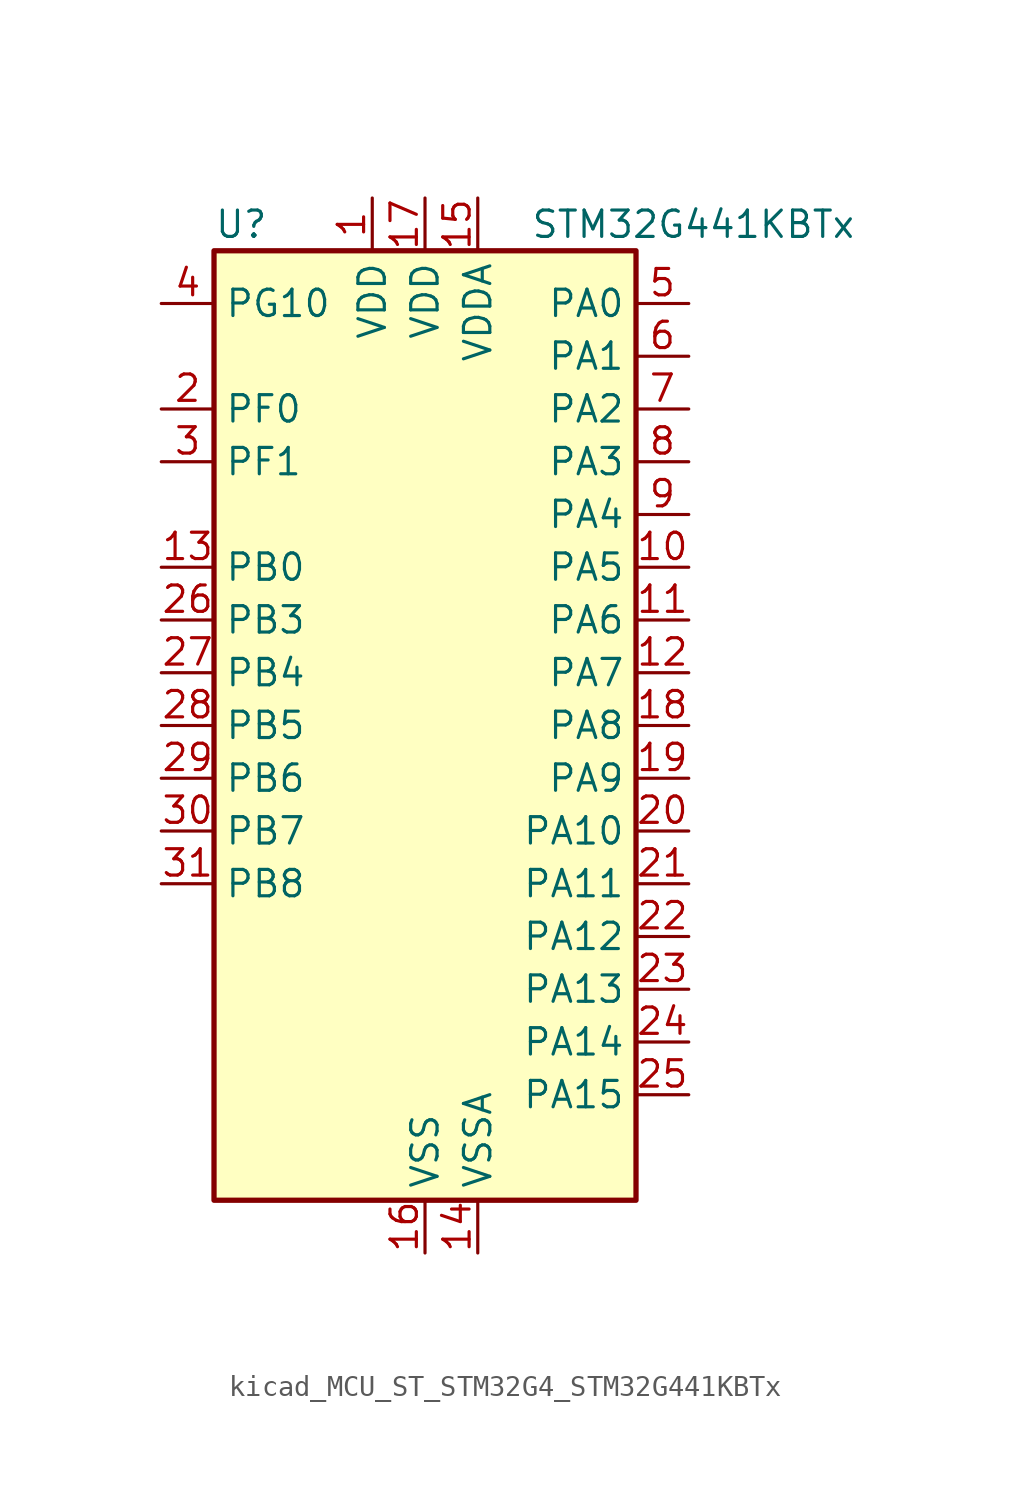
<source format=kicad_sym>
(kicad_symbol_lib
  (version 20220914)
  (generator kicad_symbol_editor)
  (symbol "kicad_MCU_ST_STM32G4_STM32G441KBTx"
    (property "Reference" "U"
      (at -10.16 24.13 0)
      (effects (font (size 1.27 1.27)) (justify left)))
    (property "Value" "STM32G441KBTx"
      (at 5.08 24.13 0)
      (effects (font (size 1.27 1.27)) (justify left)))
    (property "ki_locked" ""
      (at 0 0 0)
      (effects (font (size 1.27 1.27))))
    (symbol "kicad_MCU_ST_STM32G4_STM32G441KBTx_0_1"
      (rectangle (start -10.16 -22.86) (end 10.16 22.86) (stroke (width 0.254) (type default)) (fill (type background))))
    (symbol "kicad_MCU_ST_STM32G4_STM32G441KBTx_1_1"
      (pin power_in line (at -2.54 25.4 270) (length 2.54) (name "VDD" (effects (font (size 1.27 1.27)))) (number "1" (effects (font (size 1.27 1.27)))))
      (pin bidirectional line (at 12.7 7.62 180) (length 2.54) (name "PA5" (effects (font (size 1.27 1.27)))) (number "10" (effects (font (size 1.27 1.27)))) (alternate "ADC2_IN13" bidirectional line) (alternate "COMP2_INM" bidirectional line) (alternate "DAC1_OUT2" bidirectional line) (alternate "OPAMP2_VINM" bidirectional line) (alternate "OPAMP2_VINM0" bidirectional line) (alternate "OPAMP2_VINM_SEC" bidirectional line) (alternate "SPI1_SCK" bidirectional line) (alternate "TIM2_CH1" bidirectional line) (alternate "TIM2_ETR" bidirectional line) (alternate "UCPD1_FRSTX1" bidirectional line) (alternate "UCPD1_FRSTX2" bidirectional line))
      (pin bidirectional line (at 12.7 5.08 180) (length 2.54) (name "PA6" (effects (font (size 1.27 1.27)))) (number "11" (effects (font (size 1.27 1.27)))) (alternate "ADC2_IN3" bidirectional line) (alternate "COMP1_OUT" bidirectional line) (alternate "LPUART1_CTS" bidirectional line) (alternate "OPAMP2_VOUT" bidirectional line) (alternate "SPI1_MISO" bidirectional line) (alternate "TIM16_CH1" bidirectional line) (alternate "TIM1_BKIN" bidirectional line) (alternate "TIM3_CH1" bidirectional line) (alternate "TIM8_BKIN" bidirectional line))
      (pin bidirectional line (at 12.7 2.54 180) (length 2.54) (name "PA7" (effects (font (size 1.27 1.27)))) (number "12" (effects (font (size 1.27 1.27)))) (alternate "ADC2_IN4" bidirectional line) (alternate "COMP2_INP" bidirectional line) (alternate "COMP2_OUT" bidirectional line) (alternate "OPAMP1_VINP" bidirectional line) (alternate "OPAMP1_VINP_SEC" bidirectional line) (alternate "OPAMP2_VINP" bidirectional line) (alternate "OPAMP2_VINP_SEC" bidirectional line) (alternate "SPI1_MOSI" bidirectional line) (alternate "TIM17_CH1" bidirectional line) (alternate "TIM1_CH1N" bidirectional line) (alternate "TIM3_CH2" bidirectional line) (alternate "TIM8_CH1N" bidirectional line) (alternate "UCPD1_FRSTX1" bidirectional line) (alternate "UCPD1_FRSTX2" bidirectional line))
      (pin bidirectional line (at -12.7 7.62 0) (length 2.54) (name "PB0" (effects (font (size 1.27 1.27)))) (number "13" (effects (font (size 1.27 1.27)))) (alternate "ADC1_IN15" bidirectional line) (alternate "COMP4_INP" bidirectional line) (alternate "OPAMP2_VINP" bidirectional line) (alternate "OPAMP2_VINP_SEC" bidirectional line) (alternate "OPAMP3_VINP" bidirectional line) (alternate "OPAMP3_VINP_SEC" bidirectional line) (alternate "TIM1_CH2N" bidirectional line) (alternate "TIM3_CH3" bidirectional line) (alternate "TIM8_CH2N" bidirectional line) (alternate "UCPD1_FRSTX1" bidirectional line) (alternate "UCPD1_FRSTX2" bidirectional line))
      (pin power_in line (at 2.54 -25.4 90) (length 2.54) (name "VSSA" (effects (font (size 1.27 1.27)))) (number "14" (effects (font (size 1.27 1.27)))))
      (pin power_in line (at 2.54 25.4 270) (length 2.54) (name "VDDA" (effects (font (size 1.27 1.27)))) (number "15" (effects (font (size 1.27 1.27)))))
      (pin power_in line (at 0 -25.4 90) (length 2.54) (name "VSS" (effects (font (size 1.27 1.27)))) (number "16" (effects (font (size 1.27 1.27)))))
      (pin power_in line (at 0 25.4 270) (length 2.54) (name "VDD" (effects (font (size 1.27 1.27)))) (number "17" (effects (font (size 1.27 1.27)))))
      (pin bidirectional line (at 12.7 0 180) (length 2.54) (name "PA8" (effects (font (size 1.27 1.27)))) (number "18" (effects (font (size 1.27 1.27)))) (alternate "I2C2_SDA" bidirectional line) (alternate "I2C3_SCL" bidirectional line) (alternate "I2S2_MCK" bidirectional line) (alternate "RCC_MCO" bidirectional line) (alternate "SAI1_CK2" bidirectional line) (alternate "SAI1_SCK_A" bidirectional line) (alternate "TIM1_CH1" bidirectional line) (alternate "TIM4_ETR" bidirectional line) (alternate "USART1_CK" bidirectional line))
      (pin bidirectional line (at 12.7 -2.54 180) (length 2.54) (name "PA9" (effects (font (size 1.27 1.27)))) (number "19" (effects (font (size 1.27 1.27)))) (alternate "DAC1_EXTI9" bidirectional line) (alternate "DAC3_EXTI9" bidirectional line) (alternate "I2C2_SCL" bidirectional line) (alternate "I2C3_SMBA" bidirectional line) (alternate "I2S3_MCK" bidirectional line) (alternate "SAI1_FS_A" bidirectional line) (alternate "TIM15_BKIN" bidirectional line) (alternate "TIM1_CH2" bidirectional line) (alternate "TIM2_CH3" bidirectional line) (alternate "UCPD1_DBCC1" bidirectional line) (alternate "USART1_TX" bidirectional line))
      (pin bidirectional line (at -12.7 15.24 0) (length 2.54) (name "PF0" (effects (font (size 1.27 1.27)))) (number "2" (effects (font (size 1.27 1.27)))) (alternate "ADC1_IN10" bidirectional line) (alternate "I2C2_SDA" bidirectional line) (alternate "I2S2_WS" bidirectional line) (alternate "RCC_OSC_IN" bidirectional line) (alternate "SPI2_NSS" bidirectional line) (alternate "TIM1_CH3N" bidirectional line))
      (pin bidirectional line (at 12.7 -5.08 180) (length 2.54) (name "PA10" (effects (font (size 1.27 1.27)))) (number "20" (effects (font (size 1.27 1.27)))) (alternate "CRS_SYNC" bidirectional line) (alternate "DAC1_EXTI10" bidirectional line) (alternate "DAC3_EXTI10" bidirectional line) (alternate "I2C2_SMBA" bidirectional line) (alternate "SAI1_D1" bidirectional line) (alternate "SAI1_SD_A" bidirectional line) (alternate "SPI2_MISO" bidirectional line) (alternate "TIM17_BKIN" bidirectional line) (alternate "TIM1_CH3" bidirectional line) (alternate "TIM2_CH4" bidirectional line) (alternate "TIM8_BKIN" bidirectional line) (alternate "UCPD1_DBCC2" bidirectional line) (alternate "USART1_RX" bidirectional line))
      (pin bidirectional line (at 12.7 -7.62 180) (length 2.54) (name "PA11" (effects (font (size 1.27 1.27)))) (number "21" (effects (font (size 1.27 1.27)))) (alternate "ADC1_EXTI11" bidirectional line) (alternate "ADC2_EXTI11" bidirectional line) (alternate "COMP1_OUT" bidirectional line) (alternate "FDCAN1_RX" bidirectional line) (alternate "I2S2_SD" bidirectional line) (alternate "SPI2_MOSI" bidirectional line) (alternate "TIM1_BKIN2" bidirectional line) (alternate "TIM1_CH1N" bidirectional line) (alternate "TIM1_CH4" bidirectional line) (alternate "TIM4_CH1" bidirectional line) (alternate "USART1_CTS" bidirectional line) (alternate "USART1_NSS" bidirectional line) (alternate "USB_DM" bidirectional line))
      (pin bidirectional line (at 12.7 -10.16 180) (length 2.54) (name "PA12" (effects (font (size 1.27 1.27)))) (number "22" (effects (font (size 1.27 1.27)))) (alternate "COMP2_OUT" bidirectional line) (alternate "FDCAN1_TX" bidirectional line) (alternate "I2S_CKIN" bidirectional line) (alternate "TIM16_CH1" bidirectional line) (alternate "TIM1_CH2N" bidirectional line) (alternate "TIM1_ETR" bidirectional line) (alternate "TIM4_CH2" bidirectional line) (alternate "USART1_DE" bidirectional line) (alternate "USART1_RTS" bidirectional line) (alternate "USB_DP" bidirectional line))
      (pin bidirectional line (at 12.7 -12.7 180) (length 2.54) (name "PA13" (effects (font (size 1.27 1.27)))) (number "23" (effects (font (size 1.27 1.27)))) (alternate "I2C1_SCL" bidirectional line) (alternate "IR_OUT" bidirectional line) (alternate "SAI1_SD_B" bidirectional line) (alternate "SYS_JTMS-SWDIO" bidirectional line) (alternate "TIM16_CH1N" bidirectional line) (alternate "TIM4_CH3" bidirectional line))
      (pin bidirectional line (at 12.7 -15.24 180) (length 2.54) (name "PA14" (effects (font (size 1.27 1.27)))) (number "24" (effects (font (size 1.27 1.27)))) (alternate "I2C1_SDA" bidirectional line) (alternate "LPTIM1_OUT" bidirectional line) (alternate "SAI1_FS_B" bidirectional line) (alternate "SYS_JTCK-SWCLK" bidirectional line) (alternate "TIM1_BKIN" bidirectional line) (alternate "TIM8_CH2" bidirectional line) (alternate "USART2_TX" bidirectional line))
      (pin bidirectional line (at 12.7 -17.78 180) (length 2.54) (name "PA15" (effects (font (size 1.27 1.27)))) (number "25" (effects (font (size 1.27 1.27)))) (alternate "ADC1_EXTI15" bidirectional line) (alternate "ADC2_EXTI15" bidirectional line) (alternate "I2C1_SCL" bidirectional line) (alternate "I2S3_WS" bidirectional line) (alternate "SPI1_NSS" bidirectional line) (alternate "SPI3_NSS" bidirectional line) (alternate "SYS_JTDI" bidirectional line) (alternate "TIM1_BKIN" bidirectional line) (alternate "TIM2_CH1" bidirectional line) (alternate "TIM2_ETR" bidirectional line) (alternate "TIM8_CH1" bidirectional line) (alternate "USART2_RX" bidirectional line))
      (pin bidirectional line (at -12.7 5.08 0) (length 2.54) (name "PB3" (effects (font (size 1.27 1.27)))) (number "26" (effects (font (size 1.27 1.27)))) (alternate "CRS_SYNC" bidirectional line) (alternate "I2S3_CK" bidirectional line) (alternate "SAI1_SCK_B" bidirectional line) (alternate "SPI1_SCK" bidirectional line) (alternate "SPI3_SCK" bidirectional line) (alternate "SYS_JTDO-SWO" bidirectional line) (alternate "TIM2_CH2" bidirectional line) (alternate "TIM3_ETR" bidirectional line) (alternate "TIM4_ETR" bidirectional line) (alternate "TIM8_CH1N" bidirectional line) (alternate "USART2_TX" bidirectional line))
      (pin bidirectional line (at -12.7 2.54 0) (length 2.54) (name "PB4" (effects (font (size 1.27 1.27)))) (number "27" (effects (font (size 1.27 1.27)))) (alternate "SAI1_MCLK_B" bidirectional line) (alternate "SPI1_MISO" bidirectional line) (alternate "SPI3_MISO" bidirectional line) (alternate "SYS_JTRST" bidirectional line) (alternate "TIM16_CH1" bidirectional line) (alternate "TIM17_BKIN" bidirectional line) (alternate "TIM3_CH1" bidirectional line) (alternate "TIM8_CH2N" bidirectional line) (alternate "UCPD1_CC2" bidirectional line) (alternate "USART2_RX" bidirectional line))
      (pin bidirectional line (at -12.7 0 0) (length 2.54) (name "PB5" (effects (font (size 1.27 1.27)))) (number "28" (effects (font (size 1.27 1.27)))) (alternate "I2C1_SMBA" bidirectional line) (alternate "I2C3_SDA" bidirectional line) (alternate "I2S3_SD" bidirectional line) (alternate "LPTIM1_IN1" bidirectional line) (alternate "SAI1_SD_B" bidirectional line) (alternate "SPI1_MOSI" bidirectional line) (alternate "SPI3_MOSI" bidirectional line) (alternate "TIM16_BKIN" bidirectional line) (alternate "TIM17_CH1" bidirectional line) (alternate "TIM3_CH2" bidirectional line) (alternate "TIM8_CH3N" bidirectional line) (alternate "USART2_CK" bidirectional line))
      (pin bidirectional line (at -12.7 -2.54 0) (length 2.54) (name "PB6" (effects (font (size 1.27 1.27)))) (number "29" (effects (font (size 1.27 1.27)))) (alternate "COMP4_OUT" bidirectional line) (alternate "LPTIM1_ETR" bidirectional line) (alternate "SAI1_FS_B" bidirectional line) (alternate "TIM16_CH1N" bidirectional line) (alternate "TIM4_CH1" bidirectional line) (alternate "TIM8_BKIN2" bidirectional line) (alternate "TIM8_CH1" bidirectional line) (alternate "TIM8_ETR" bidirectional line) (alternate "UCPD1_CC1" bidirectional line) (alternate "USART1_TX" bidirectional line))
      (pin bidirectional line (at -12.7 12.7 0) (length 2.54) (name "PF1" (effects (font (size 1.27 1.27)))) (number "3" (effects (font (size 1.27 1.27)))) (alternate "ADC2_IN10" bidirectional line) (alternate "COMP3_INM" bidirectional line) (alternate "I2S2_CK" bidirectional line) (alternate "RCC_OSC_OUT" bidirectional line) (alternate "SPI2_SCK" bidirectional line))
      (pin bidirectional line (at -12.7 -5.08 0) (length 2.54) (name "PB7" (effects (font (size 1.27 1.27)))) (number "30" (effects (font (size 1.27 1.27)))) (alternate "COMP3_OUT" bidirectional line) (alternate "I2C1_SDA" bidirectional line) (alternate "LPTIM1_IN2" bidirectional line) (alternate "SYS_PVD_IN" bidirectional line) (alternate "TIM17_CH1N" bidirectional line) (alternate "TIM3_CH4" bidirectional line) (alternate "TIM4_CH2" bidirectional line) (alternate "TIM8_BKIN" bidirectional line) (alternate "USART1_RX" bidirectional line))
      (pin bidirectional line (at -12.7 -7.62 0) (length 2.54) (name "PB8" (effects (font (size 1.27 1.27)))) (number "31" (effects (font (size 1.27 1.27)))) (alternate "COMP1_OUT" bidirectional line) (alternate "FDCAN1_RX" bidirectional line) (alternate "I2C1_SCL" bidirectional line) (alternate "SAI1_CK1" bidirectional line) (alternate "SAI1_MCLK_A" bidirectional line) (alternate "TIM16_CH1" bidirectional line) (alternate "TIM1_BKIN" bidirectional line) (alternate "TIM4_CH3" bidirectional line) (alternate "TIM8_CH2" bidirectional line))
      (pin passive line (at 0 -25.4 90) (length 2.54) hide (name "VSS" (effects (font (size 1.27 1.27)))) (number "32" (effects (font (size 1.27 1.27)))))
      (pin bidirectional line (at -12.7 20.32 0) (length 2.54) (name "PG10" (effects (font (size 1.27 1.27)))) (number "4" (effects (font (size 1.27 1.27)))) (alternate "DAC1_EXTI10" bidirectional line) (alternate "DAC3_EXTI10" bidirectional line) (alternate "RCC_MCO" bidirectional line))
      (pin bidirectional line (at 12.7 20.32 180) (length 2.54) (name "PA0" (effects (font (size 1.27 1.27)))) (number "5" (effects (font (size 1.27 1.27)))) (alternate "ADC1_IN1" bidirectional line) (alternate "ADC2_IN1" bidirectional line) (alternate "COMP1_INM" bidirectional line) (alternate "COMP1_OUT" bidirectional line) (alternate "COMP3_INP" bidirectional line) (alternate "RTC_TAMP2" bidirectional line) (alternate "SYS_WKUP1" bidirectional line) (alternate "TIM2_CH1" bidirectional line) (alternate "TIM2_ETR" bidirectional line) (alternate "TIM8_BKIN" bidirectional line) (alternate "TIM8_ETR" bidirectional line) (alternate "USART2_CTS" bidirectional line) (alternate "USART2_NSS" bidirectional line))
      (pin bidirectional line (at 12.7 17.78 180) (length 2.54) (name "PA1" (effects (font (size 1.27 1.27)))) (number "6" (effects (font (size 1.27 1.27)))) (alternate "ADC1_IN2" bidirectional line) (alternate "ADC2_IN2" bidirectional line) (alternate "COMP1_INP" bidirectional line) (alternate "OPAMP1_VINP" bidirectional line) (alternate "OPAMP1_VINP_SEC" bidirectional line) (alternate "OPAMP3_VINP" bidirectional line) (alternate "OPAMP3_VINP_SEC" bidirectional line) (alternate "RTC_REFIN" bidirectional line) (alternate "TIM15_CH1N" bidirectional line) (alternate "TIM2_CH2" bidirectional line) (alternate "USART2_DE" bidirectional line) (alternate "USART2_RTS" bidirectional line))
      (pin bidirectional line (at 12.7 15.24 180) (length 2.54) (name "PA2" (effects (font (size 1.27 1.27)))) (number "7" (effects (font (size 1.27 1.27)))) (alternate "ADC1_IN3" bidirectional line) (alternate "COMP2_INM" bidirectional line) (alternate "COMP2_OUT" bidirectional line) (alternate "LPUART1_TX" bidirectional line) (alternate "OPAMP1_VOUT" bidirectional line) (alternate "RCC_LSCO" bidirectional line) (alternate "SYS_WKUP4" bidirectional line) (alternate "TIM15_CH1" bidirectional line) (alternate "TIM2_CH3" bidirectional line) (alternate "UCPD1_FRSTX1" bidirectional line) (alternate "UCPD1_FRSTX2" bidirectional line) (alternate "USART2_TX" bidirectional line))
      (pin bidirectional line (at 12.7 12.7 180) (length 2.54) (name "PA3" (effects (font (size 1.27 1.27)))) (number "8" (effects (font (size 1.27 1.27)))) (alternate "ADC1_IN4" bidirectional line) (alternate "COMP2_INP" bidirectional line) (alternate "LPUART1_RX" bidirectional line) (alternate "OPAMP1_VINM" bidirectional line) (alternate "OPAMP1_VINM0" bidirectional line) (alternate "OPAMP1_VINM_SEC" bidirectional line) (alternate "OPAMP1_VINP" bidirectional line) (alternate "OPAMP1_VINP_SEC" bidirectional line) (alternate "SAI1_CK1" bidirectional line) (alternate "SAI1_MCLK_A" bidirectional line) (alternate "TIM15_CH2" bidirectional line) (alternate "TIM2_CH4" bidirectional line) (alternate "USART2_RX" bidirectional line))
      (pin bidirectional line (at 12.7 10.16 180) (length 2.54) (name "PA4" (effects (font (size 1.27 1.27)))) (number "9" (effects (font (size 1.27 1.27)))) (alternate "ADC2_IN17" bidirectional line) (alternate "COMP1_INM" bidirectional line) (alternate "DAC1_OUT1" bidirectional line) (alternate "I2S3_WS" bidirectional line) (alternate "SAI1_FS_B" bidirectional line) (alternate "SPI1_NSS" bidirectional line) (alternate "SPI3_NSS" bidirectional line) (alternate "TIM3_CH2" bidirectional line) (alternate "USART2_CK" bidirectional line)))))
</source>
